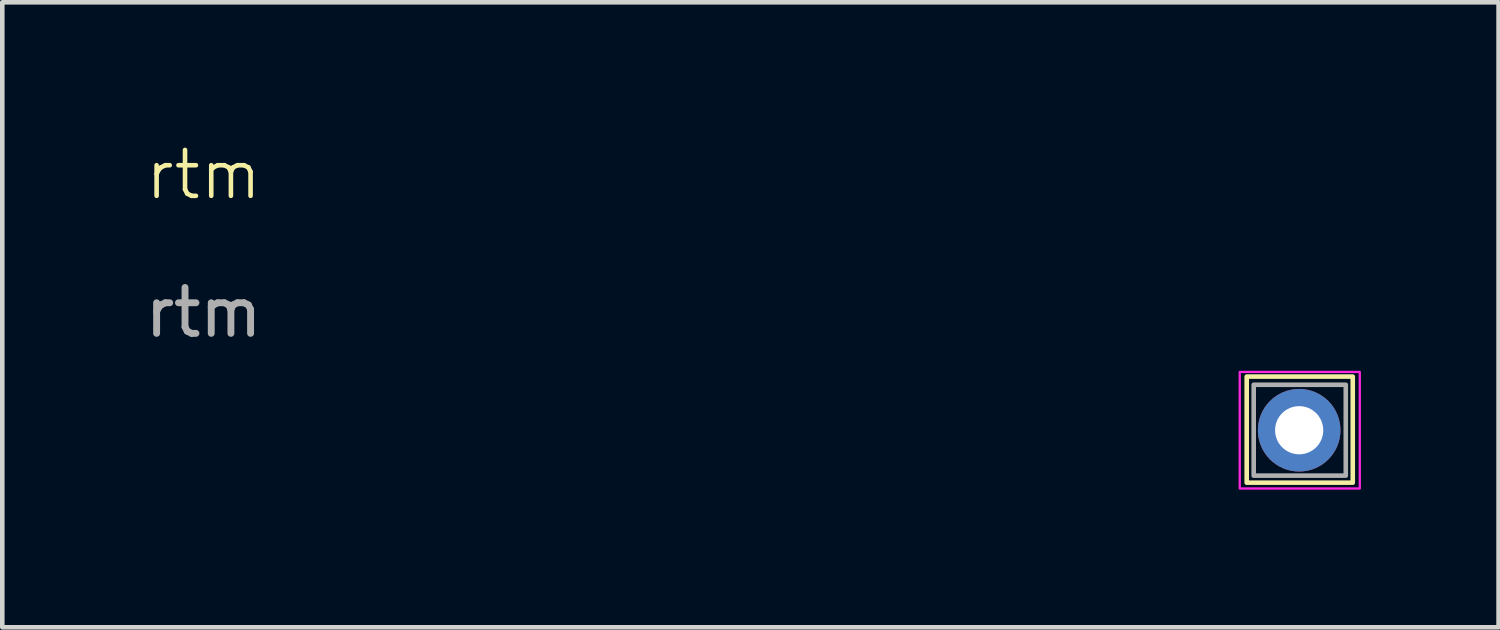
<source format=kicad_pcb>
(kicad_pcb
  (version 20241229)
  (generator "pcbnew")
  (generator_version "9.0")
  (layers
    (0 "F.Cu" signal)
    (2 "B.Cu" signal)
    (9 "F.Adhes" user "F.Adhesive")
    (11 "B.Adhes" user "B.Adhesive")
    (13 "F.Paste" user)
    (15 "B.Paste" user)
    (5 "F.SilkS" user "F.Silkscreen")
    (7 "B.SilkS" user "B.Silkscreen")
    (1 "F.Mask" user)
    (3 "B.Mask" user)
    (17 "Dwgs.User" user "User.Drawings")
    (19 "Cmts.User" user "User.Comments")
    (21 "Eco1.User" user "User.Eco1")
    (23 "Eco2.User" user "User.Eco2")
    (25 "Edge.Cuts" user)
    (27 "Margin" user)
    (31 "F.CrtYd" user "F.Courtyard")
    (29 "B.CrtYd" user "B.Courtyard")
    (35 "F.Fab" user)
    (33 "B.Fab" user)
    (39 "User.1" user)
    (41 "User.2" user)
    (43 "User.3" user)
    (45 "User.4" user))
  (footprint "rtm"
    (layer "F.Cu")
    (at 25.39 6.275)
    (property "Reference" "rtm" (at -24.003 -5.515 0) (unlocked yes) (layer "F.SilkS") (effects (font (size 1 1) (thickness 0.1))))
    (attr smd)
    (fp_rect (start -1.27 -1.118) (end 1.041 1.194) (stroke (width 0.1) (type default)) (fill no) (layer "F.SilkS"))
    (fp_rect (start -1.422 -1.219) (end 1.194 1.321) (stroke (width 0.05) (type default)) (fill no) (layer "F.CrtYd"))
    (fp_rect (start -1.118 -0.94) (end 0.889 1.041) (stroke (width 0.1) (type default)) (fill no) (layer "F.Fab"))
    (fp_text user "${REFERENCE}" (at -24.003 -2.515 0) (unlocked yes) (layer "F.Fab") (effects (font (size 1 1) (thickness 0.15))))
    (pad "1" thru_hole circle (at -0.127 0.051) (size 1.8 1.8) (drill 1.05) (layers "*.Cu" "*.Mask")))
  (gr_rect
    (start -3 -3)
    (end 29.609 10.621)
    (stroke (width 0.1) (type default))
    (fill no)
    (layer "Edge.Cuts")))
</source>
